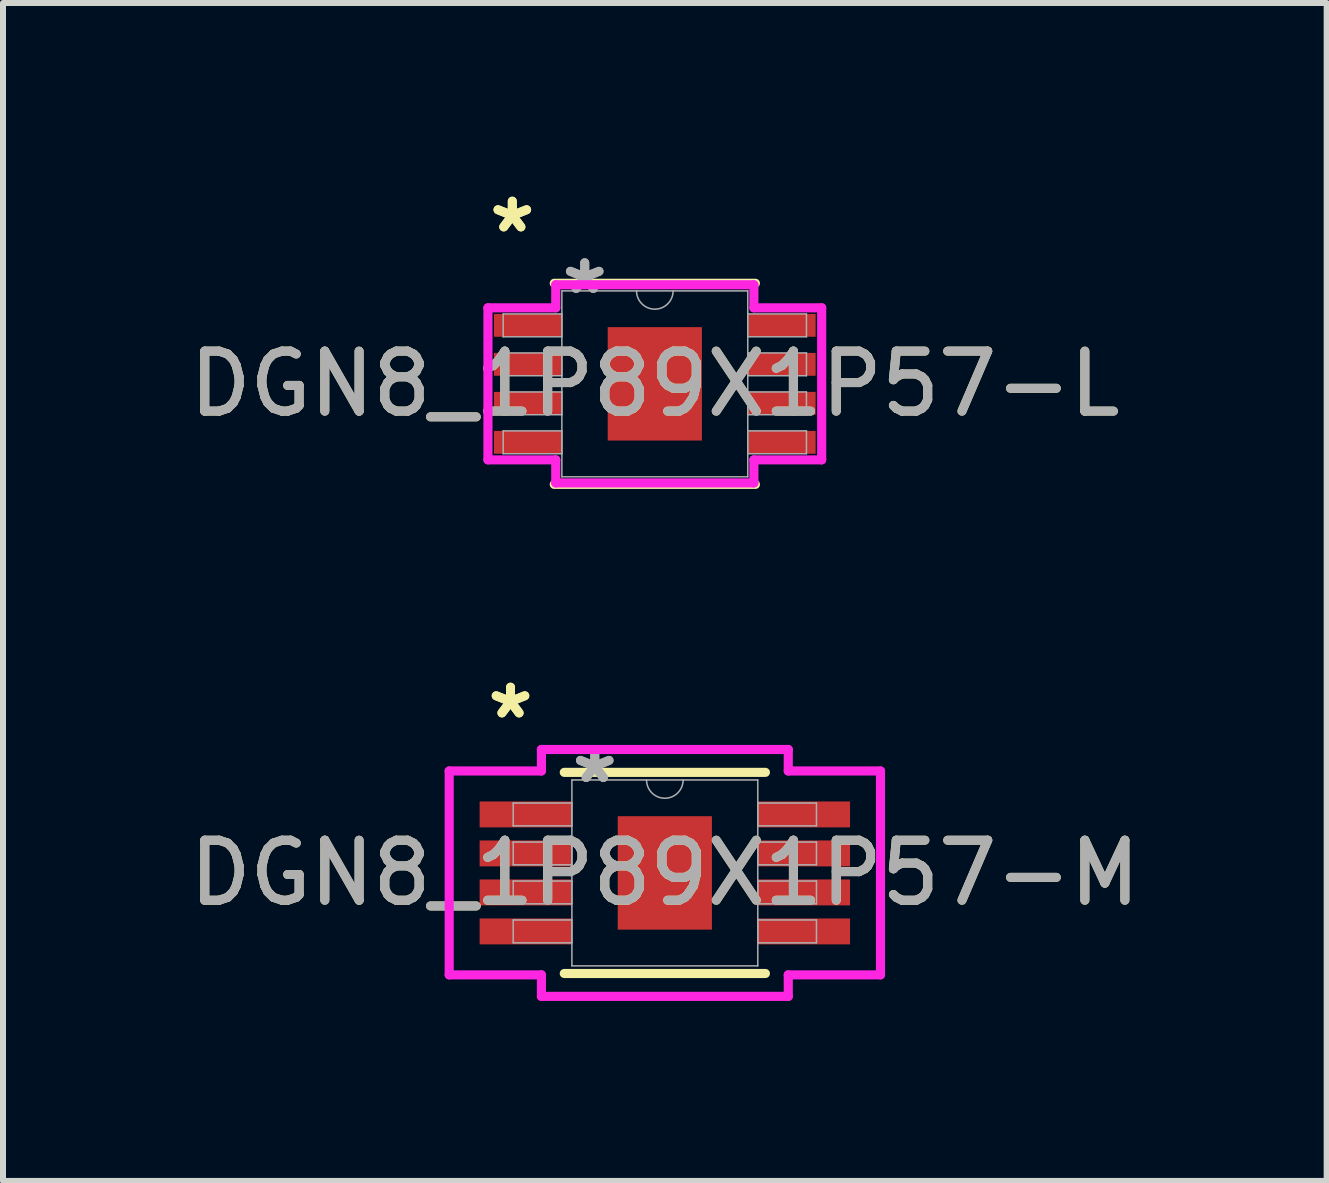
<source format=kicad_pcb>
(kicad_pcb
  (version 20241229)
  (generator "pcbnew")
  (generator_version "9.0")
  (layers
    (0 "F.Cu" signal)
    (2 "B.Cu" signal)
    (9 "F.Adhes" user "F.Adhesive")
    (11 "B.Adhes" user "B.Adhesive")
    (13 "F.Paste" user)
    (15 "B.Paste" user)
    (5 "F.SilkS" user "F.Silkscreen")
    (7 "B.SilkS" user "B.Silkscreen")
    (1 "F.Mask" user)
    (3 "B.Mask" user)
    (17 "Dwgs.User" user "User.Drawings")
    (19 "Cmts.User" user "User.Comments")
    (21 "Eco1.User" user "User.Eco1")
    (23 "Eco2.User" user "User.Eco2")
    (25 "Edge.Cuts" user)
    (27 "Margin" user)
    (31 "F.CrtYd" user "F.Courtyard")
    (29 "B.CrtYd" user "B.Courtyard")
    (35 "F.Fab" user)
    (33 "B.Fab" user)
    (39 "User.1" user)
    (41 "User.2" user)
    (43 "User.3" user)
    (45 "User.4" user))
  (footprint "DGN8_1P89X1P57-L"
    (layer "F.Cu")
    (at 7.863 3.347)
    (property "Reference" "DGN8_1P89X1P57-L" (at 0 0 0) (unlocked yes) (layer "F.SilkS") (effects (font (size 1 1) (thickness 0.15))))
    (attr smd)
    (fp_line (start -1.676 1.676) (end 1.676 1.676) (stroke (width 0.152) (type solid)) (layer "F.SilkS"))
    (fp_line (start 1.676 -1.676) (end -1.676 -1.676) (stroke (width 0.152) (type solid)) (layer "F.SilkS"))
    (fp_line (start -2.781 -1.267) (end -1.651 -1.267) (stroke (width 0.152) (type solid)) (layer "F.CrtYd"))
    (fp_line (start -2.781 1.267) (end -2.781 -1.267) (stroke (width 0.152) (type solid)) (layer "F.CrtYd"))
    (fp_line (start -2.781 1.267) (end -1.651 1.267) (stroke (width 0.152) (type solid)) (layer "F.CrtYd"))
    (fp_line (start -1.651 -1.651) (end 1.651 -1.651) (stroke (width 0.152) (type solid)) (layer "F.CrtYd"))
    (fp_line (start -1.651 -1.267) (end -1.651 -1.651) (stroke (width 0.152) (type solid)) (layer "F.CrtYd"))
    (fp_line (start -1.651 1.651) (end -1.651 1.267) (stroke (width 0.152) (type solid)) (layer "F.CrtYd"))
    (fp_line (start 1.651 -1.651) (end 1.651 -1.267) (stroke (width 0.152) (type solid)) (layer "F.CrtYd"))
    (fp_line (start 1.651 1.267) (end 1.651 1.651) (stroke (width 0.152) (type solid)) (layer "F.CrtYd"))
    (fp_line (start 1.651 1.651) (end -1.651 1.651) (stroke (width 0.152) (type solid)) (layer "F.CrtYd"))
    (fp_line (start 2.781 -1.267) (end 1.651 -1.267) (stroke (width 0.152) (type solid)) (layer "F.CrtYd"))
    (fp_line (start 2.781 -1.267) (end 2.781 1.267) (stroke (width 0.152) (type solid)) (layer "F.CrtYd"))
    (fp_line (start 2.781 1.267) (end 1.651 1.267) (stroke (width 0.152) (type solid)) (layer "F.CrtYd"))
    (fp_line (start -2.527 -1.165) (end -2.527 -0.784) (stroke (width 0.025) (type solid)) (layer "F.Fab"))
    (fp_line (start -2.527 -0.784) (end -1.549 -0.784) (stroke (width 0.025) (type solid)) (layer "F.Fab"))
    (fp_line (start -2.527 -0.515) (end -2.527 -0.135) (stroke (width 0.025) (type solid)) (layer "F.Fab"))
    (fp_line (start -2.527 -0.135) (end -1.549 -0.135) (stroke (width 0.025) (type solid)) (layer "F.Fab"))
    (fp_line (start -2.527 0.135) (end -2.527 0.515) (stroke (width 0.025) (type solid)) (layer "F.Fab"))
    (fp_line (start -2.527 0.515) (end -1.549 0.515) (stroke (width 0.025) (type solid)) (layer "F.Fab"))
    (fp_line (start -2.527 0.784) (end -2.527 1.165) (stroke (width 0.025) (type solid)) (layer "F.Fab"))
    (fp_line (start -2.527 1.165) (end -1.549 1.165) (stroke (width 0.025) (type solid)) (layer "F.Fab"))
    (fp_line (start -1.549 -1.549) (end -1.549 1.549) (stroke (width 0.025) (type solid)) (layer "F.Fab"))
    (fp_line (start -1.549 -1.165) (end -2.527 -1.165) (stroke (width 0.025) (type solid)) (layer "F.Fab"))
    (fp_line (start -1.549 -0.784) (end -1.549 -1.165) (stroke (width 0.025) (type solid)) (layer "F.Fab"))
    (fp_line (start -1.549 -0.515) (end -2.527 -0.515) (stroke (width 0.025) (type solid)) (layer "F.Fab"))
    (fp_line (start -1.549 -0.135) (end -1.549 -0.515) (stroke (width 0.025) (type solid)) (layer "F.Fab"))
    (fp_line (start -1.549 0.135) (end -2.527 0.135) (stroke (width 0.025) (type solid)) (layer "F.Fab"))
    (fp_line (start -1.549 0.515) (end -1.549 0.135) (stroke (width 0.025) (type solid)) (layer "F.Fab"))
    (fp_line (start -1.549 0.784) (end -2.527 0.784) (stroke (width 0.025) (type solid)) (layer "F.Fab"))
    (fp_line (start -1.549 1.165) (end -1.549 0.784) (stroke (width 0.025) (type solid)) (layer "F.Fab"))
    (fp_line (start -1.549 1.549) (end 1.549 1.549) (stroke (width 0.025) (type solid)) (layer "F.Fab"))
    (fp_line (start 1.549 -1.549) (end -1.549 -1.549) (stroke (width 0.025) (type solid)) (layer "F.Fab"))
    (fp_line (start 1.549 -1.165) (end 1.549 -0.784) (stroke (width 0.025) (type solid)) (layer "F.Fab"))
    (fp_line (start 1.549 -0.784) (end 2.527 -0.784) (stroke (width 0.025) (type solid)) (layer "F.Fab"))
    (fp_line (start 1.549 -0.515) (end 1.549 -0.135) (stroke (width 0.025) (type solid)) (layer "F.Fab"))
    (fp_line (start 1.549 -0.135) (end 2.527 -0.135) (stroke (width 0.025) (type solid)) (layer "F.Fab"))
    (fp_line (start 1.549 0.135) (end 1.549 0.515) (stroke (width 0.025) (type solid)) (layer "F.Fab"))
    (fp_line (start 1.549 0.515) (end 2.527 0.515) (stroke (width 0.025) (type solid)) (layer "F.Fab"))
    (fp_line (start 1.549 0.784) (end 1.549 1.165) (stroke (width 0.025) (type solid)) (layer "F.Fab"))
    (fp_line (start 1.549 1.165) (end 2.527 1.165) (stroke (width 0.025) (type solid)) (layer "F.Fab"))
    (fp_line (start 1.549 1.549) (end 1.549 -1.549) (stroke (width 0.025) (type solid)) (layer "F.Fab"))
    (fp_line (start 2.527 -1.165) (end 1.549 -1.165) (stroke (width 0.025) (type solid)) (layer "F.Fab"))
    (fp_line (start 2.527 -0.784) (end 2.527 -1.165) (stroke (width 0.025) (type solid)) (layer "F.Fab"))
    (fp_line (start 2.527 -0.515) (end 1.549 -0.515) (stroke (width 0.025) (type solid)) (layer "F.Fab"))
    (fp_line (start 2.527 -0.135) (end 2.527 -0.515) (stroke (width 0.025) (type solid)) (layer "F.Fab"))
    (fp_line (start 2.527 0.135) (end 1.549 0.135) (stroke (width 0.025) (type solid)) (layer "F.Fab"))
    (fp_line (start 2.527 0.515) (end 2.527 0.135) (stroke (width 0.025) (type solid)) (layer "F.Fab"))
    (fp_line (start 2.527 0.784) (end 1.549 0.784) (stroke (width 0.025) (type solid)) (layer "F.Fab"))
    (fp_line (start 2.527 1.165) (end 2.527 0.784) (stroke (width 0.025) (type solid)) (layer "F.Fab"))
    (fp_arc (start 0.3048 -1.5494) (mid 0 -1.2446) (end -0.3048 -1.5494) (stroke (width 0.0254) (type solid)) (layer "F.Fab"))
    (fp_text user "*" (at -2.375 -2.499 0) (unlocked yes) (layer "F.SilkS") (effects (font (size 1 1) (thickness 0.15))))
    (fp_text user "*" (at -2.375 -2.499 0) (layer "F.SilkS") (effects (font (size 1 1) (thickness 0.15))))
    (fp_text user "*" (at -1.168 -1.473 0) (layer "F.Fab") (effects (font (size 1 1) (thickness 0.15))))
    (fp_text user "*" (at -1.168 -1.473 0) (unlocked yes) (layer "F.Fab") (effects (font (size 1 1) (thickness 0.15))))
    (fp_text user "${REFERENCE}" (at 0 0 0) (unlocked yes) (layer "F.Fab") (effects (font (size 1 1) (thickness 0.15))))
    (pad "1" smd rect (at -2.121 -0.975) (size 1.118 0.381) (layers "F.Cu" "F.Mask" "F.Paste"))
    (pad "2" smd rect (at -2.121 -0.325) (size 1.118 0.381) (layers "F.Cu" "F.Mask" "F.Paste"))
    (pad "3" smd rect (at -2.121 0.325) (size 1.118 0.381) (layers "F.Cu" "F.Mask" "F.Paste"))
    (pad "4" smd rect (at -2.121 0.975) (size 1.118 0.381) (layers "F.Cu" "F.Mask" "F.Paste"))
    (pad "5" smd rect (at 2.121 0.975) (size 1.118 0.381) (layers "F.Cu" "F.Mask" "F.Paste"))
    (pad "6" smd rect (at 2.121 0.325) (size 1.118 0.381) (layers "F.Cu" "F.Mask" "F.Paste"))
    (pad "7" smd rect (at 2.121 -0.325) (size 1.118 0.381) (layers "F.Cu" "F.Mask" "F.Paste"))
    (pad "8" smd rect (at 2.121 -0.975) (size 1.118 0.381) (layers "F.Cu" "F.Mask" "F.Paste"))
    (pad "EPAD" smd rect (at 0 0) (size 1.57 1.89) (layers "F.Cu" "F.Mask" "F.Paste")))
  (footprint "DGN8_1P89X1P57-M"
    (layer "F.Cu")
    (at 8.03 11.498)
    (property "Reference" "DGN8_1P89X1P57-M" (at 0 0 0) (unlocked yes) (layer "F.SilkS") (effects (font (size 1 1) (thickness 0.15))))
    (attr smd)
    (fp_line (start -1.676 1.676) (end 1.676 1.676) (stroke (width 0.152) (type solid)) (layer "F.SilkS"))
    (fp_line (start 1.676 -1.676) (end -1.676 -1.676) (stroke (width 0.152) (type solid)) (layer "F.SilkS"))
    (fp_line (start -3.594 -1.699) (end -2.057 -1.699) (stroke (width 0.152) (type solid)) (layer "F.CrtYd"))
    (fp_line (start -3.594 1.699) (end -3.594 -1.699) (stroke (width 0.152) (type solid)) (layer "F.CrtYd"))
    (fp_line (start -3.594 1.699) (end -2.057 1.699) (stroke (width 0.152) (type solid)) (layer "F.CrtYd"))
    (fp_line (start -2.057 -2.057) (end 2.057 -2.057) (stroke (width 0.152) (type solid)) (layer "F.CrtYd"))
    (fp_line (start -2.057 -1.699) (end -2.057 -2.057) (stroke (width 0.152) (type solid)) (layer "F.CrtYd"))
    (fp_line (start -2.057 2.057) (end -2.057 1.699) (stroke (width 0.152) (type solid)) (layer "F.CrtYd"))
    (fp_line (start 2.057 -2.057) (end 2.057 -1.699) (stroke (width 0.152) (type solid)) (layer "F.CrtYd"))
    (fp_line (start 2.057 1.699) (end 2.057 2.057) (stroke (width 0.152) (type solid)) (layer "F.CrtYd"))
    (fp_line (start 2.057 2.057) (end -2.057 2.057) (stroke (width 0.152) (type solid)) (layer "F.CrtYd"))
    (fp_line (start 3.594 -1.699) (end 2.057 -1.699) (stroke (width 0.152) (type solid)) (layer "F.CrtYd"))
    (fp_line (start 3.594 -1.699) (end 3.594 1.699) (stroke (width 0.152) (type solid)) (layer "F.CrtYd"))
    (fp_line (start 3.594 1.699) (end 2.057 1.699) (stroke (width 0.152) (type solid)) (layer "F.CrtYd"))
    (fp_line (start -2.527 -1.165) (end -2.527 -0.784) (stroke (width 0.025) (type solid)) (layer "F.Fab"))
    (fp_line (start -2.527 -0.784) (end -1.549 -0.784) (stroke (width 0.025) (type solid)) (layer "F.Fab"))
    (fp_line (start -2.527 -0.515) (end -2.527 -0.135) (stroke (width 0.025) (type solid)) (layer "F.Fab"))
    (fp_line (start -2.527 -0.135) (end -1.549 -0.135) (stroke (width 0.025) (type solid)) (layer "F.Fab"))
    (fp_line (start -2.527 0.135) (end -2.527 0.515) (stroke (width 0.025) (type solid)) (layer "F.Fab"))
    (fp_line (start -2.527 0.515) (end -1.549 0.515) (stroke (width 0.025) (type solid)) (layer "F.Fab"))
    (fp_line (start -2.527 0.784) (end -2.527 1.165) (stroke (width 0.025) (type solid)) (layer "F.Fab"))
    (fp_line (start -2.527 1.165) (end -1.549 1.165) (stroke (width 0.025) (type solid)) (layer "F.Fab"))
    (fp_line (start -1.549 -1.549) (end -1.549 1.549) (stroke (width 0.025) (type solid)) (layer "F.Fab"))
    (fp_line (start -1.549 -1.165) (end -2.527 -1.165) (stroke (width 0.025) (type solid)) (layer "F.Fab"))
    (fp_line (start -1.549 -0.784) (end -1.549 -1.165) (stroke (width 0.025) (type solid)) (layer "F.Fab"))
    (fp_line (start -1.549 -0.515) (end -2.527 -0.515) (stroke (width 0.025) (type solid)) (layer "F.Fab"))
    (fp_line (start -1.549 -0.135) (end -1.549 -0.515) (stroke (width 0.025) (type solid)) (layer "F.Fab"))
    (fp_line (start -1.549 0.135) (end -2.527 0.135) (stroke (width 0.025) (type solid)) (layer "F.Fab"))
    (fp_line (start -1.549 0.515) (end -1.549 0.135) (stroke (width 0.025) (type solid)) (layer "F.Fab"))
    (fp_line (start -1.549 0.784) (end -2.527 0.784) (stroke (width 0.025) (type solid)) (layer "F.Fab"))
    (fp_line (start -1.549 1.165) (end -1.549 0.784) (stroke (width 0.025) (type solid)) (layer "F.Fab"))
    (fp_line (start -1.549 1.549) (end 1.549 1.549) (stroke (width 0.025) (type solid)) (layer "F.Fab"))
    (fp_line (start 1.549 -1.549) (end -1.549 -1.549) (stroke (width 0.025) (type solid)) (layer "F.Fab"))
    (fp_line (start 1.549 -1.165) (end 1.549 -0.784) (stroke (width 0.025) (type solid)) (layer "F.Fab"))
    (fp_line (start 1.549 -0.784) (end 2.527 -0.784) (stroke (width 0.025) (type solid)) (layer "F.Fab"))
    (fp_line (start 1.549 -0.515) (end 1.549 -0.135) (stroke (width 0.025) (type solid)) (layer "F.Fab"))
    (fp_line (start 1.549 -0.135) (end 2.527 -0.135) (stroke (width 0.025) (type solid)) (layer "F.Fab"))
    (fp_line (start 1.549 0.135) (end 1.549 0.515) (stroke (width 0.025) (type solid)) (layer "F.Fab"))
    (fp_line (start 1.549 0.515) (end 2.527 0.515) (stroke (width 0.025) (type solid)) (layer "F.Fab"))
    (fp_line (start 1.549 0.784) (end 1.549 1.165) (stroke (width 0.025) (type solid)) (layer "F.Fab"))
    (fp_line (start 1.549 1.165) (end 2.527 1.165) (stroke (width 0.025) (type solid)) (layer "F.Fab"))
    (fp_line (start 1.549 1.549) (end 1.549 -1.549) (stroke (width 0.025) (type solid)) (layer "F.Fab"))
    (fp_line (start 2.527 -1.165) (end 1.549 -1.165) (stroke (width 0.025) (type solid)) (layer "F.Fab"))
    (fp_line (start 2.527 -0.784) (end 2.527 -1.165) (stroke (width 0.025) (type solid)) (layer "F.Fab"))
    (fp_line (start 2.527 -0.515) (end 1.549 -0.515) (stroke (width 0.025) (type solid)) (layer "F.Fab"))
    (fp_line (start 2.527 -0.135) (end 2.527 -0.515) (stroke (width 0.025) (type solid)) (layer "F.Fab"))
    (fp_line (start 2.527 0.135) (end 1.549 0.135) (stroke (width 0.025) (type solid)) (layer "F.Fab"))
    (fp_line (start 2.527 0.515) (end 2.527 0.135) (stroke (width 0.025) (type solid)) (layer "F.Fab"))
    (fp_line (start 2.527 0.784) (end 1.549 0.784) (stroke (width 0.025) (type solid)) (layer "F.Fab"))
    (fp_line (start 2.527 1.165) (end 2.527 0.784) (stroke (width 0.025) (type solid)) (layer "F.Fab"))
    (fp_arc (start 0.3048 -1.5494) (mid 0 -1.2446) (end -0.3048 -1.5494) (stroke (width 0.0254) (type solid)) (layer "F.Fab"))
    (fp_text user "*" (at -2.572 -2.55 0) (layer "F.SilkS") (effects (font (size 1 1) (thickness 0.15))))
    (fp_text user "*" (at -2.572 -2.55 0) (unlocked yes) (layer "F.SilkS") (effects (font (size 1 1) (thickness 0.15))))
    (fp_text user "${REFERENCE}" (at 0 0 0) (unlocked yes) (layer "F.Fab") (effects (font (size 1 1) (thickness 0.15))))
    (fp_text user "*" (at -1.168 -1.473 0) (layer "F.Fab") (effects (font (size 1 1) (thickness 0.15))))
    (fp_text user "*" (at -1.168 -1.473 0) (unlocked yes) (layer "F.Fab") (effects (font (size 1 1) (thickness 0.15))))
    (pad "1" smd rect (at -2.318 -0.975) (size 1.537 0.432) (layers "F.Cu" "F.Mask" "F.Paste"))
    (pad "2" smd rect (at -2.318 -0.325) (size 1.537 0.432) (layers "F.Cu" "F.Mask" "F.Paste"))
    (pad "3" smd rect (at -2.318 0.325) (size 1.537 0.432) (layers "F.Cu" "F.Mask" "F.Paste"))
    (pad "4" smd rect (at -2.318 0.975) (size 1.537 0.432) (layers "F.Cu" "F.Mask" "F.Paste"))
    (pad "5" smd rect (at 2.318 0.975) (size 1.537 0.432) (layers "F.Cu" "F.Mask" "F.Paste"))
    (pad "6" smd rect (at 2.318 0.325) (size 1.537 0.432) (layers "F.Cu" "F.Mask" "F.Paste"))
    (pad "7" smd rect (at 2.318 -0.325) (size 1.537 0.432) (layers "F.Cu" "F.Mask" "F.Paste"))
    (pad "8" smd rect (at 2.318 -0.975) (size 1.537 0.432) (layers "F.Cu" "F.Mask" "F.Paste"))
    (pad "EPAD" smd rect (at 0 0) (size 1.57 1.89) (layers "F.Cu" "F.Mask" "F.Paste")))
  (gr_rect
    (start -3 -3)
    (end 19.06 16.631)
    (stroke (width 0.1) (type default))
    (fill no)
    (layer "Edge.Cuts")))
</source>
